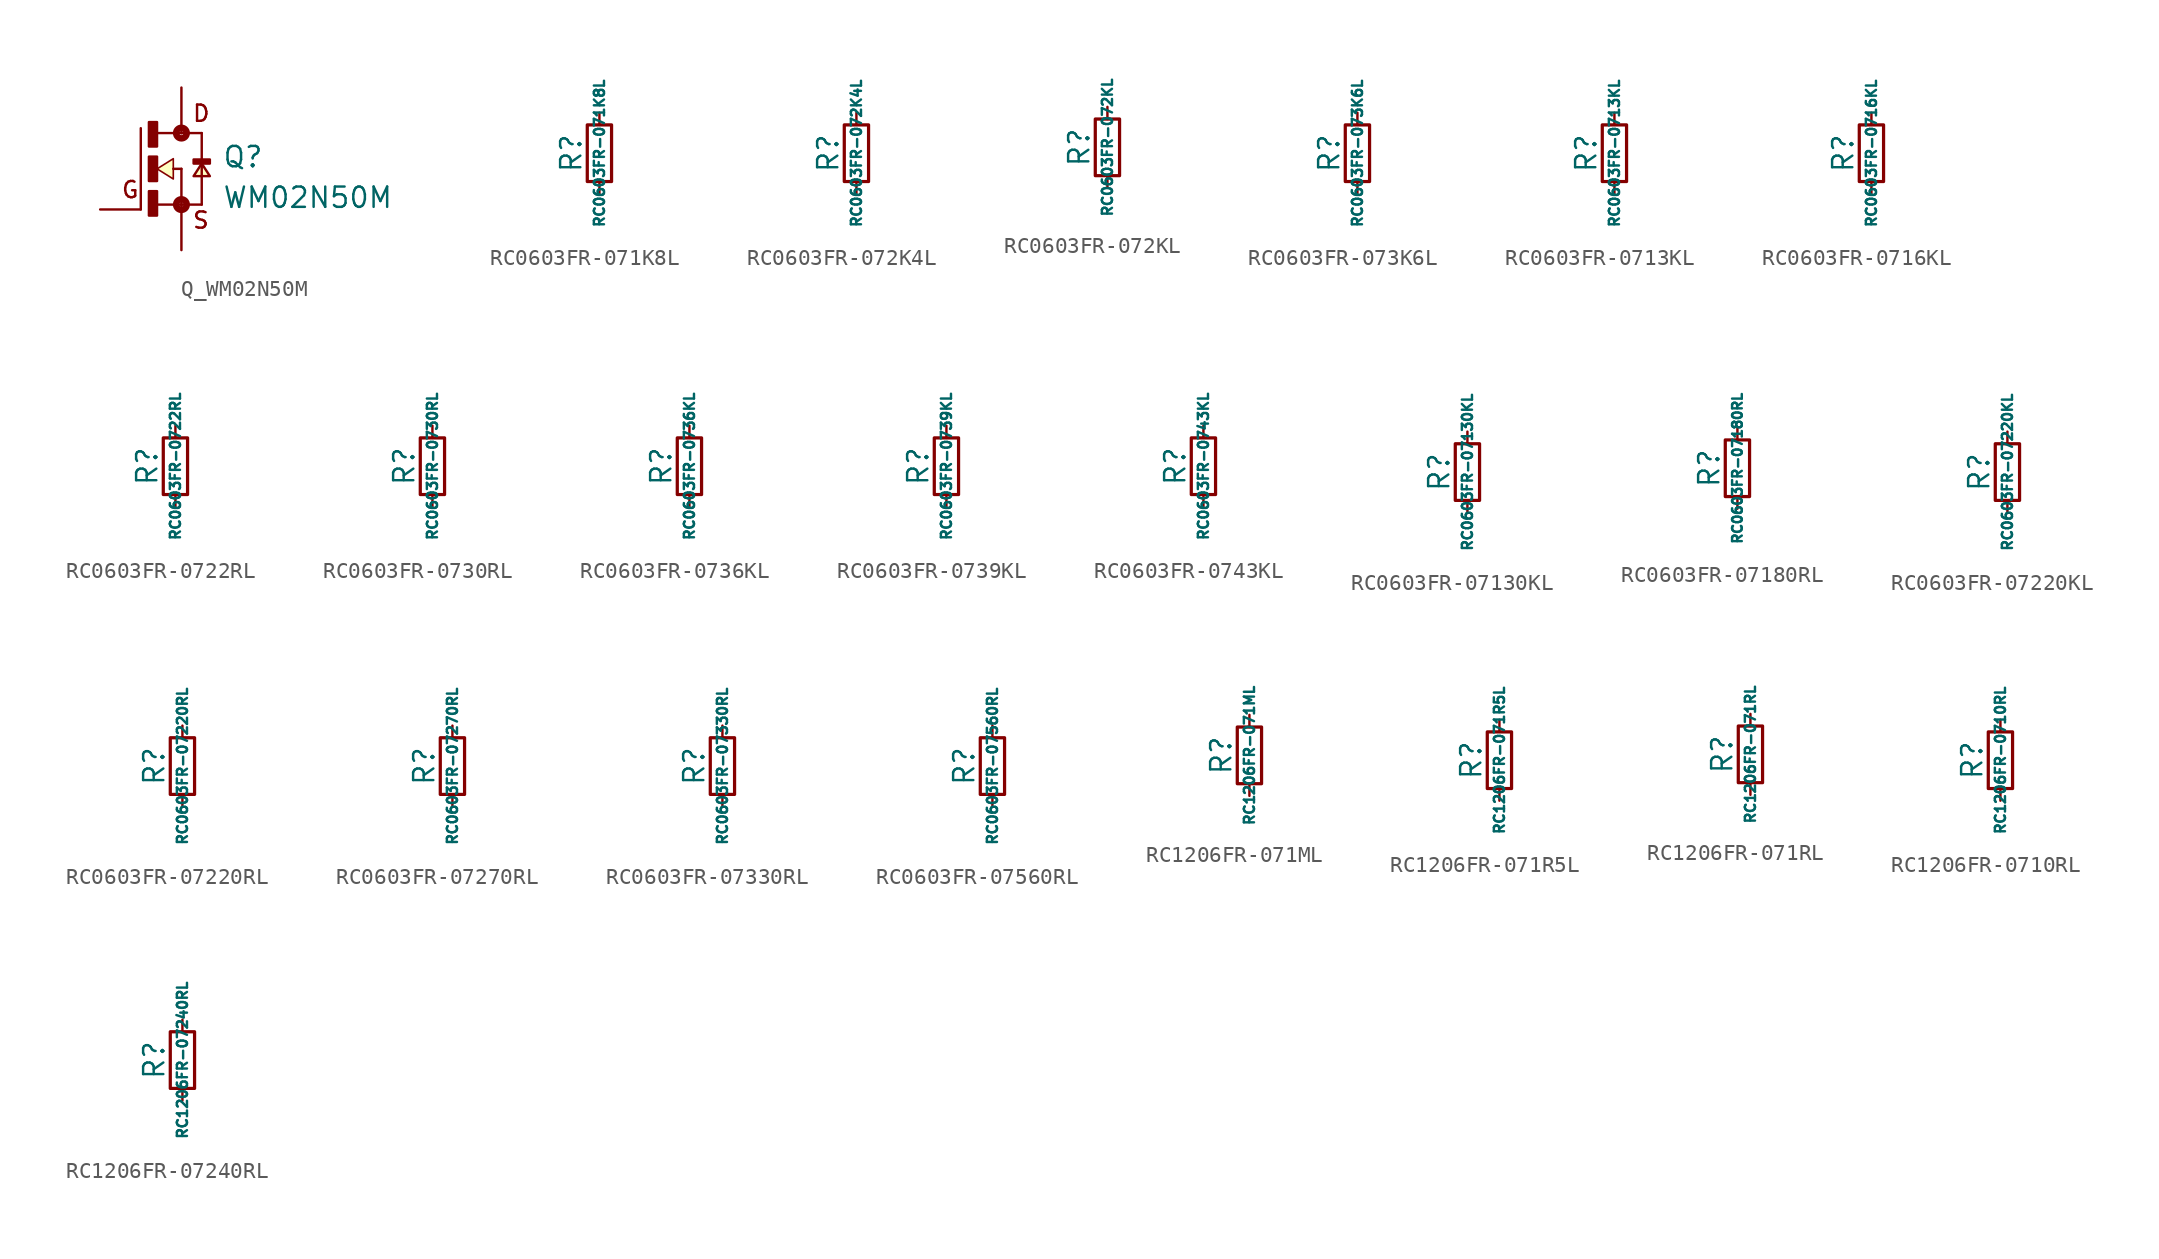
<source format=kicad_sym>
(kicad_symbol_lib
  (version 20220914)
  (generator kicad_symbol_editor)
  (symbol "Q_WM02N50M"
    (pin_numbers hide)
    (pin_names
      (offset 1.016) hide)
    (property "Reference" "Q"
      (at 2.54 0 0)
      (effects (font (size 1.27 1.27)) (justify left bottom)))
    (property "Value" "WM02N50M"
      (at 2.54 -2.54 0)
      (effects (font (size 1.27 1.27)) (justify left bottom)))
    (symbol "Q_WM02N50M_0_0"
      (rectangle (start -2.032 -2.921) (end -1.524 -1.397) (stroke (width 0) (type default)) (fill (type outline)))
      (rectangle (start -2.032 -0.762) (end -1.524 0.762) (stroke (width 0) (type default)) (fill (type outline)))
      (rectangle (start -2.032 1.397) (end -1.524 2.921) (stroke (width 0) (type default)) (fill (type outline)))
      (circle (center 0 -2.235) (radius 0.127) (stroke (width 0.406) (type default)) (fill (type none)))
      (polyline (pts (xy -2.54 -2.54) (xy -2.54 2.54)) (stroke (width 0.152) (type default)) (fill (type none)))
      (polyline (pts (xy -1.6 -2.235) (xy 0 -2.235)) (stroke (width 0.152) (type default)) (fill (type none)))
      (polyline (pts (xy -1.6 2.235) (xy 0 2.235)) (stroke (width 0.152) (type default)) (fill (type none)))
      (polyline (pts (xy -0.508 0) (xy 0 0)) (stroke (width 0.152) (type default)) (fill (type none)))
      (polyline (pts (xy 0 -2.235) (xy 0 -2.54)) (stroke (width 0.152) (type default)) (fill (type none)))
      (polyline (pts (xy 0 0) (xy 0 -2.235)) (stroke (width 0.152) (type default)) (fill (type none)))
      (polyline (pts (xy 0 2.235) (xy 1.27 2.235)) (stroke (width 0.152) (type default)) (fill (type none)))
      (polyline (pts (xy 0 2.54) (xy 0 2.235)) (stroke (width 0.152) (type default)) (fill (type none)))
      (polyline (pts (xy 1.27 -2.235) (xy 0 -2.235)) (stroke (width 0.152) (type default)) (fill (type none)))
      (polyline (pts (xy 1.27 2.235) (xy 1.27 -2.235)) (stroke (width 0.152) (type default)) (fill (type none)))
      (polyline (pts (xy -1.524 0) (xy -0.508 0.635) (xy -0.508 -0.635) (xy -1.524 0)) (stroke (width 0.102) (type default)) (fill (type background)))
      (polyline (pts (xy 1.27 0.33) (xy 0.762 -0.457) (xy 1.778 -0.457) (xy 1.27 0.33)) (stroke (width 0.152) (type default)) (fill (type background)))
      (circle (center 0 2.235) (radius 0.127) (stroke (width 0.406) (type default)) (fill (type none)))
      (rectangle (start 0.762 0.33) (end 1.778 0.584) (stroke (width 0) (type default)) (fill (type outline)))
      (text "D" (at 0.635 2.87 0) (effects (font (size 1.016 1.016)) (justify left bottom)))
      (text "G" (at -3.81 -1.905 0) (effects (font (size 1.016 1.016)) (justify left bottom)))
      (text "S" (at 0.635 -3.81 0) (effects (font (size 1.016 1.016)) (justify left bottom)))
      (pin passive line (at -5.08 -2.54 0) (length 2.54) (name "~" (effects (font (size 1.016 1.016)))) (number "1" (effects (font (size 1.016 1.016)))))
      (pin passive line (at 0 -5.08 90) (length 2.54) (name "~" (effects (font (size 1.016 1.016)))) (number "2" (effects (font (size 1.016 1.016)))))
      (pin passive line (at 0 5.08 270) (length 2.54) (name "~" (effects (font (size 1.016 1.016)))) (number "3" (effects (font (size 1.016 1.016)))))))
  (symbol "RC0603FR-071K8L"
    (pin_numbers hide)
    (pin_names
      (offset 0.254) hide)
    (property "Reference" "R"
      (at -1.778 0 90)
      (effects (font (size 1.27 1.27))))
    (property "Value" "RC0603FR-071K8L"
      (at 0 0 90)
      (effects (font (size 0.635 0.635))))
    (symbol "RC0603FR-071K8L_0_1"
      (rectangle (start -0.762 1.778) (end 0.762 -1.778) (stroke (width 0.203) (type default)) (fill (type none))))
    (symbol "RC0603FR-071K8L_1_1"
      (pin passive line (at 0 2.54 270) (length 0.762) (name "~" (effects (font (size 1.27 1.27)))) (number "1" (effects (font (size 1.27 1.27)))))
      (pin passive line (at 0 -2.54 90) (length 0.762) (name "~" (effects (font (size 1.27 1.27)))) (number "2" (effects (font (size 1.27 1.27)))))))
  (symbol "RC0603FR-072K4L"
    (pin_numbers hide)
    (pin_names
      (offset 0.254) hide)
    (property "Reference" "R"
      (at -1.778 0 90)
      (effects (font (size 1.27 1.27))))
    (property "Value" "RC0603FR-072K4L"
      (at 0 0 90)
      (effects (font (size 0.635 0.635))))
    (symbol "RC0603FR-072K4L_0_1"
      (rectangle (start -0.762 1.778) (end 0.762 -1.778) (stroke (width 0.203) (type default)) (fill (type none))))
    (symbol "RC0603FR-072K4L_1_1"
      (pin passive line (at 0 2.54 270) (length 0.762) (name "~" (effects (font (size 1.27 1.27)))) (number "1" (effects (font (size 1.27 1.27)))))
      (pin passive line (at 0 -2.54 90) (length 0.762) (name "~" (effects (font (size 1.27 1.27)))) (number "2" (effects (font (size 1.27 1.27)))))))
  (symbol "RC0603FR-072KL"
    (pin_numbers hide)
    (pin_names
      (offset 0.254) hide)
    (property "Reference" "R"
      (at -1.778 0 90)
      (effects (font (size 1.27 1.27))))
    (property "Value" "RC0603FR-072KL"
      (at 0 0 90)
      (effects (font (size 0.635 0.635))))
    (symbol "RC0603FR-072KL_0_1"
      (rectangle (start -0.762 1.778) (end 0.762 -1.778) (stroke (width 0.203) (type default)) (fill (type none))))
    (symbol "RC0603FR-072KL_1_1"
      (pin passive line (at 0 2.54 270) (length 0.762) (name "~" (effects (font (size 1.27 1.27)))) (number "1" (effects (font (size 1.27 1.27)))))
      (pin passive line (at 0 -2.54 90) (length 0.762) (name "~" (effects (font (size 1.27 1.27)))) (number "2" (effects (font (size 1.27 1.27)))))))
  (symbol "RC0603FR-073K6L"
    (pin_numbers hide)
    (pin_names
      (offset 0.254) hide)
    (property "Reference" "R"
      (at -1.778 0 90)
      (effects (font (size 1.27 1.27))))
    (property "Value" "RC0603FR-073K6L"
      (at 0 0 90)
      (effects (font (size 0.635 0.635))))
    (symbol "RC0603FR-073K6L_0_1"
      (rectangle (start -0.762 1.778) (end 0.762 -1.778) (stroke (width 0.203) (type default)) (fill (type none))))
    (symbol "RC0603FR-073K6L_1_1"
      (pin passive line (at 0 2.54 270) (length 0.762) (name "~" (effects (font (size 1.27 1.27)))) (number "1" (effects (font (size 1.27 1.27)))))
      (pin passive line (at 0 -2.54 90) (length 0.762) (name "~" (effects (font (size 1.27 1.27)))) (number "2" (effects (font (size 1.27 1.27)))))))
  (symbol "RC0603FR-0713KL"
    (pin_numbers hide)
    (pin_names
      (offset 0.254) hide)
    (property "Reference" "R"
      (at -1.778 0 90)
      (effects (font (size 1.27 1.27))))
    (property "Value" "RC0603FR-0713KL"
      (at 0 0 90)
      (effects (font (size 0.635 0.635))))
    (symbol "RC0603FR-0713KL_0_1"
      (rectangle (start -0.762 1.778) (end 0.762 -1.778) (stroke (width 0.203) (type default)) (fill (type none))))
    (symbol "RC0603FR-0713KL_1_1"
      (pin passive line (at 0 2.54 270) (length 0.762) (name "~" (effects (font (size 1.27 1.27)))) (number "1" (effects (font (size 1.27 1.27)))))
      (pin passive line (at 0 -2.54 90) (length 0.762) (name "~" (effects (font (size 1.27 1.27)))) (number "2" (effects (font (size 1.27 1.27)))))))
  (symbol "RC0603FR-0716KL"
    (pin_numbers hide)
    (pin_names
      (offset 0.254) hide)
    (property "Reference" "R"
      (at -1.778 0 90)
      (effects (font (size 1.27 1.27))))
    (property "Value" "RC0603FR-0716KL"
      (at 0 0 90)
      (effects (font (size 0.635 0.635))))
    (symbol "RC0603FR-0716KL_0_1"
      (rectangle (start -0.762 1.778) (end 0.762 -1.778) (stroke (width 0.203) (type default)) (fill (type none))))
    (symbol "RC0603FR-0716KL_1_1"
      (pin passive line (at 0 2.54 270) (length 0.762) (name "~" (effects (font (size 1.27 1.27)))) (number "1" (effects (font (size 1.27 1.27)))))
      (pin passive line (at 0 -2.54 90) (length 0.762) (name "~" (effects (font (size 1.27 1.27)))) (number "2" (effects (font (size 1.27 1.27)))))))
  (symbol "RC0603FR-0722RL"
    (pin_numbers hide)
    (pin_names
      (offset 0.254) hide)
    (property "Reference" "R"
      (at -1.778 0 90)
      (effects (font (size 1.27 1.27))))
    (property "Value" "RC0603FR-0722RL"
      (at 0 0 90)
      (effects (font (size 0.635 0.635))))
    (symbol "RC0603FR-0722RL_0_1"
      (rectangle (start -0.762 1.778) (end 0.762 -1.778) (stroke (width 0.203) (type default)) (fill (type none))))
    (symbol "RC0603FR-0722RL_1_1"
      (pin passive line (at 0 2.54 270) (length 0.762) (name "~" (effects (font (size 1.27 1.27)))) (number "1" (effects (font (size 1.27 1.27)))))
      (pin passive line (at 0 -2.54 90) (length 0.762) (name "~" (effects (font (size 1.27 1.27)))) (number "2" (effects (font (size 1.27 1.27)))))))
  (symbol "RC0603FR-0730RL"
    (pin_numbers hide)
    (pin_names
      (offset 0.254) hide)
    (property "Reference" "R"
      (at -1.778 0 90)
      (effects (font (size 1.27 1.27))))
    (property "Value" "RC0603FR-0730RL"
      (at 0 0 90)
      (effects (font (size 0.635 0.635))))
    (symbol "RC0603FR-0730RL_0_1"
      (rectangle (start -0.762 1.778) (end 0.762 -1.778) (stroke (width 0.203) (type default)) (fill (type none))))
    (symbol "RC0603FR-0730RL_1_1"
      (pin passive line (at 0 2.54 270) (length 0.762) (name "~" (effects (font (size 1.27 1.27)))) (number "1" (effects (font (size 1.27 1.27)))))
      (pin passive line (at 0 -2.54 90) (length 0.762) (name "~" (effects (font (size 1.27 1.27)))) (number "2" (effects (font (size 1.27 1.27)))))))
  (symbol "RC0603FR-0736KL"
    (pin_numbers hide)
    (pin_names
      (offset 0.254) hide)
    (property "Reference" "R"
      (at -1.778 0 90)
      (effects (font (size 1.27 1.27))))
    (property "Value" "RC0603FR-0736KL"
      (at 0 0 90)
      (effects (font (size 0.635 0.635))))
    (symbol "RC0603FR-0736KL_0_1"
      (rectangle (start -0.762 1.778) (end 0.762 -1.778) (stroke (width 0.203) (type default)) (fill (type none))))
    (symbol "RC0603FR-0736KL_1_1"
      (pin passive line (at 0 2.54 270) (length 0.762) (name "~" (effects (font (size 1.27 1.27)))) (number "1" (effects (font (size 1.27 1.27)))))
      (pin passive line (at 0 -2.54 90) (length 0.762) (name "~" (effects (font (size 1.27 1.27)))) (number "2" (effects (font (size 1.27 1.27)))))))
  (symbol "RC0603FR-0739KL"
    (pin_numbers hide)
    (pin_names
      (offset 0.254) hide)
    (property "Reference" "R"
      (at -1.778 0 90)
      (effects (font (size 1.27 1.27))))
    (property "Value" "RC0603FR-0739KL"
      (at 0 0 90)
      (effects (font (size 0.635 0.635))))
    (symbol "RC0603FR-0739KL_0_1"
      (rectangle (start -0.762 1.778) (end 0.762 -1.778) (stroke (width 0.203) (type default)) (fill (type none))))
    (symbol "RC0603FR-0739KL_1_1"
      (pin passive line (at 0 2.54 270) (length 0.762) (name "~" (effects (font (size 1.27 1.27)))) (number "1" (effects (font (size 1.27 1.27)))))
      (pin passive line (at 0 -2.54 90) (length 0.762) (name "~" (effects (font (size 1.27 1.27)))) (number "2" (effects (font (size 1.27 1.27)))))))
  (symbol "RC0603FR-0743KL"
    (pin_numbers hide)
    (pin_names
      (offset 0.254) hide)
    (property "Reference" "R"
      (at -1.778 0 90)
      (effects (font (size 1.27 1.27))))
    (property "Value" "RC0603FR-0743KL"
      (at 0 0 90)
      (effects (font (size 0.635 0.635))))
    (symbol "RC0603FR-0743KL_0_1"
      (rectangle (start -0.762 1.778) (end 0.762 -1.778) (stroke (width 0.203) (type default)) (fill (type none))))
    (symbol "RC0603FR-0743KL_1_1"
      (pin passive line (at 0 2.54 270) (length 0.762) (name "~" (effects (font (size 1.27 1.27)))) (number "1" (effects (font (size 1.27 1.27)))))
      (pin passive line (at 0 -2.54 90) (length 0.762) (name "~" (effects (font (size 1.27 1.27)))) (number "2" (effects (font (size 1.27 1.27)))))))
  (symbol "RC0603FR-07130KL"
    (pin_numbers hide)
    (pin_names
      (offset 0.254) hide)
    (property "Reference" "R"
      (at -1.778 0 90)
      (effects (font (size 1.27 1.27))))
    (property "Value" "RC0603FR-07130KL"
      (at 0 0 90)
      (effects (font (size 0.635 0.635))))
    (symbol "RC0603FR-07130KL_0_1"
      (rectangle (start -0.762 1.778) (end 0.762 -1.778) (stroke (width 0.203) (type default)) (fill (type none))))
    (symbol "RC0603FR-07130KL_1_1"
      (pin passive line (at 0 2.54 270) (length 0.762) (name "~" (effects (font (size 1.27 1.27)))) (number "1" (effects (font (size 1.27 1.27)))))
      (pin passive line (at 0 -2.54 90) (length 0.762) (name "~" (effects (font (size 1.27 1.27)))) (number "2" (effects (font (size 1.27 1.27)))))))
  (symbol "RC0603FR-07180RL"
    (pin_numbers hide)
    (pin_names
      (offset 0.254) hide)
    (property "Reference" "R"
      (at -1.778 0 90)
      (effects (font (size 1.27 1.27))))
    (property "Value" "RC0603FR-07180RL"
      (at 0 0 90)
      (effects (font (size 0.61 0.61))))
    (symbol "RC0603FR-07180RL_0_1"
      (rectangle (start -0.762 1.778) (end 0.762 -1.778) (stroke (width 0.203) (type default)) (fill (type none))))
    (symbol "RC0603FR-07180RL_1_1"
      (pin passive line (at 0 2.54 270) (length 0.762) (name "~" (effects (font (size 1.27 1.27)))) (number "1" (effects (font (size 1.27 1.27)))))
      (pin passive line (at 0 -2.54 90) (length 0.762) (name "~" (effects (font (size 1.27 1.27)))) (number "2" (effects (font (size 1.27 1.27)))))))
  (symbol "RC0603FR-07220KL"
    (pin_numbers hide)
    (pin_names
      (offset 0.254) hide)
    (property "Reference" "R"
      (at -1.778 0 90)
      (effects (font (size 1.27 1.27))))
    (property "Value" "RC0603FR-07220KL"
      (at 0 0 90)
      (effects (font (size 0.635 0.635))))
    (symbol "RC0603FR-07220KL_0_1"
      (rectangle (start -0.762 1.778) (end 0.762 -1.778) (stroke (width 0.203) (type default)) (fill (type none))))
    (symbol "RC0603FR-07220KL_1_1"
      (pin passive line (at 0 2.54 270) (length 0.762) (name "~" (effects (font (size 1.27 1.27)))) (number "1" (effects (font (size 1.27 1.27)))))
      (pin passive line (at 0 -2.54 90) (length 0.762) (name "~" (effects (font (size 1.27 1.27)))) (number "2" (effects (font (size 1.27 1.27)))))))
  (symbol "RC0603FR-07220RL"
    (pin_numbers hide)
    (pin_names
      (offset 0.254) hide)
    (property "Reference" "R"
      (at -1.778 0 90)
      (effects (font (size 1.27 1.27))))
    (property "Value" "RC0603FR-07220RL"
      (at 0 0 90)
      (effects (font (size 0.635 0.635))))
    (symbol "RC0603FR-07220RL_0_1"
      (rectangle (start -0.762 1.778) (end 0.762 -1.778) (stroke (width 0.203) (type default)) (fill (type none))))
    (symbol "RC0603FR-07220RL_1_1"
      (pin passive line (at 0 2.54 270) (length 0.762) (name "~" (effects (font (size 1.27 1.27)))) (number "1" (effects (font (size 1.27 1.27)))))
      (pin passive line (at 0 -2.54 90) (length 0.762) (name "~" (effects (font (size 1.27 1.27)))) (number "2" (effects (font (size 1.27 1.27)))))))
  (symbol "RC0603FR-07270RL"
    (pin_numbers hide)
    (pin_names
      (offset 0.254) hide)
    (property "Reference" "R"
      (at -1.778 0 90)
      (effects (font (size 1.27 1.27))))
    (property "Value" "RC0603FR-07270RL"
      (at 0 0 90)
      (effects (font (size 0.635 0.635))))
    (symbol "RC0603FR-07270RL_0_1"
      (rectangle (start -0.762 1.778) (end 0.762 -1.778) (stroke (width 0.203) (type default)) (fill (type none))))
    (symbol "RC0603FR-07270RL_1_1"
      (pin passive line (at 0 2.54 270) (length 0.762) (name "~" (effects (font (size 1.27 1.27)))) (number "1" (effects (font (size 1.27 1.27)))))
      (pin passive line (at 0 -2.54 90) (length 0.762) (name "~" (effects (font (size 1.27 1.27)))) (number "2" (effects (font (size 1.27 1.27)))))))
  (symbol "RC0603FR-07330RL"
    (pin_numbers hide)
    (pin_names
      (offset 0.254) hide)
    (property "Reference" "R"
      (at -1.778 0 90)
      (effects (font (size 1.27 1.27))))
    (property "Value" "RC0603FR-07330RL"
      (at 0 0 90)
      (effects (font (size 0.635 0.635))))
    (symbol "RC0603FR-07330RL_0_1"
      (rectangle (start -0.762 1.778) (end 0.762 -1.778) (stroke (width 0.203) (type default)) (fill (type none))))
    (symbol "RC0603FR-07330RL_1_1"
      (pin passive line (at 0 2.54 270) (length 0.762) (name "~" (effects (font (size 1.27 1.27)))) (number "1" (effects (font (size 1.27 1.27)))))
      (pin passive line (at 0 -2.54 90) (length 0.762) (name "~" (effects (font (size 1.27 1.27)))) (number "2" (effects (font (size 1.27 1.27)))))))
  (symbol "RC0603FR-07560RL"
    (pin_numbers hide)
    (pin_names
      (offset 0.254) hide)
    (property "Reference" "R"
      (at -1.778 0 90)
      (effects (font (size 1.27 1.27))))
    (property "Value" "RC0603FR-07560RL"
      (at 0 0 90)
      (effects (font (size 0.635 0.635))))
    (symbol "RC0603FR-07560RL_0_1"
      (rectangle (start -0.762 1.778) (end 0.762 -1.778) (stroke (width 0.203) (type default)) (fill (type none))))
    (symbol "RC0603FR-07560RL_1_1"
      (pin passive line (at 0 2.54 270) (length 0.762) (name "~" (effects (font (size 1.27 1.27)))) (number "1" (effects (font (size 1.27 1.27)))))
      (pin passive line (at 0 -2.54 90) (length 0.762) (name "~" (effects (font (size 1.27 1.27)))) (number "2" (effects (font (size 1.27 1.27)))))))
  (symbol "RC1206FR-071ML"
    (pin_numbers hide)
    (pin_names
      (offset 0.254) hide)
    (property "Reference" "R"
      (at -1.778 0 90)
      (effects (font (size 1.27 1.27))))
    (property "Value" "RC1206FR-071ML"
      (at 0 0 90)
      (effects (font (size 0.635 0.635))))
    (symbol "RC1206FR-071ML_0_1"
      (rectangle (start -0.762 1.778) (end 0.762 -1.778) (stroke (width 0.203) (type default)) (fill (type none))))
    (symbol "RC1206FR-071ML_1_1"
      (pin passive line (at 0 2.54 270) (length 0.762) (name "~" (effects (font (size 1.27 1.27)))) (number "1" (effects (font (size 1.27 1.27)))))
      (pin passive line (at 0 -2.54 90) (length 0.762) (name "~" (effects (font (size 1.27 1.27)))) (number "2" (effects (font (size 1.27 1.27)))))))
  (symbol "RC1206FR-071R5L"
    (pin_numbers hide)
    (pin_names
      (offset 0.254) hide)
    (property "Reference" "R"
      (at -1.778 0 90)
      (effects (font (size 1.27 1.27))))
    (property "Value" "RC1206FR-071R5L"
      (at 0 0 90)
      (effects (font (size 0.635 0.635))))
    (symbol "RC1206FR-071R5L_0_1"
      (rectangle (start -0.762 1.778) (end 0.762 -1.778) (stroke (width 0.203) (type default)) (fill (type none))))
    (symbol "RC1206FR-071R5L_1_1"
      (pin passive line (at 0 2.54 270) (length 0.762) (name "~" (effects (font (size 1.27 1.27)))) (number "1" (effects (font (size 1.27 1.27)))))
      (pin passive line (at 0 -2.54 90) (length 0.762) (name "~" (effects (font (size 1.27 1.27)))) (number "2" (effects (font (size 1.27 1.27)))))))
  (symbol "RC1206FR-071RL"
    (pin_numbers hide)
    (pin_names
      (offset 0.254) hide)
    (property "Reference" "R"
      (at -1.778 0 90)
      (effects (font (size 1.27 1.27))))
    (property "Value" "RC1206FR-071RL"
      (at 0 0 90)
      (effects (font (size 0.635 0.635))))
    (symbol "RC1206FR-071RL_0_1"
      (rectangle (start -0.762 1.778) (end 0.762 -1.778) (stroke (width 0.203) (type default)) (fill (type none))))
    (symbol "RC1206FR-071RL_1_1"
      (pin passive line (at 0 2.54 270) (length 0.762) (name "~" (effects (font (size 1.27 1.27)))) (number "1" (effects (font (size 1.27 1.27)))))
      (pin passive line (at 0 -2.54 90) (length 0.762) (name "~" (effects (font (size 1.27 1.27)))) (number "2" (effects (font (size 1.27 1.27)))))))
  (symbol "RC1206FR-0710RL"
    (pin_numbers hide)
    (pin_names
      (offset 0.254) hide)
    (property "Reference" "R"
      (at -1.778 0 90)
      (effects (font (size 1.27 1.27))))
    (property "Value" "RC1206FR-0710RL"
      (at 0 0 90)
      (effects (font (size 0.635 0.635))))
    (symbol "RC1206FR-0710RL_0_1"
      (rectangle (start -0.762 1.778) (end 0.762 -1.778) (stroke (width 0.203) (type default)) (fill (type none))))
    (symbol "RC1206FR-0710RL_1_1"
      (pin passive line (at 0 2.54 270) (length 0.762) (name "~" (effects (font (size 1.27 1.27)))) (number "1" (effects (font (size 1.27 1.27)))))
      (pin passive line (at 0 -2.54 90) (length 0.762) (name "~" (effects (font (size 1.27 1.27)))) (number "2" (effects (font (size 1.27 1.27)))))))
  (symbol "RC1206FR-07240RL"
    (pin_numbers hide)
    (pin_names
      (offset 0.254) hide)
    (property "Reference" "R"
      (at -1.778 0 90)
      (effects (font (size 1.27 1.27))))
    (property "Value" "RC1206FR-07240RL"
      (at 0 0 90)
      (effects (font (size 0.635 0.635))))
    (symbol "RC1206FR-07240RL_0_1"
      (rectangle (start -0.762 1.778) (end 0.762 -1.778) (stroke (width 0.203) (type default)) (fill (type none))))
    (symbol "RC1206FR-07240RL_1_1"
      (pin passive line (at 0 2.54 270) (length 0.762) (name "~" (effects (font (size 1.27 1.27)))) (number "1" (effects (font (size 1.27 1.27)))))
      (pin passive line (at 0 -2.54 90) (length 0.762) (name "~" (effects (font (size 1.27 1.27)))) (number "2" (effects (font (size 1.27 1.27))))))))
</source>
